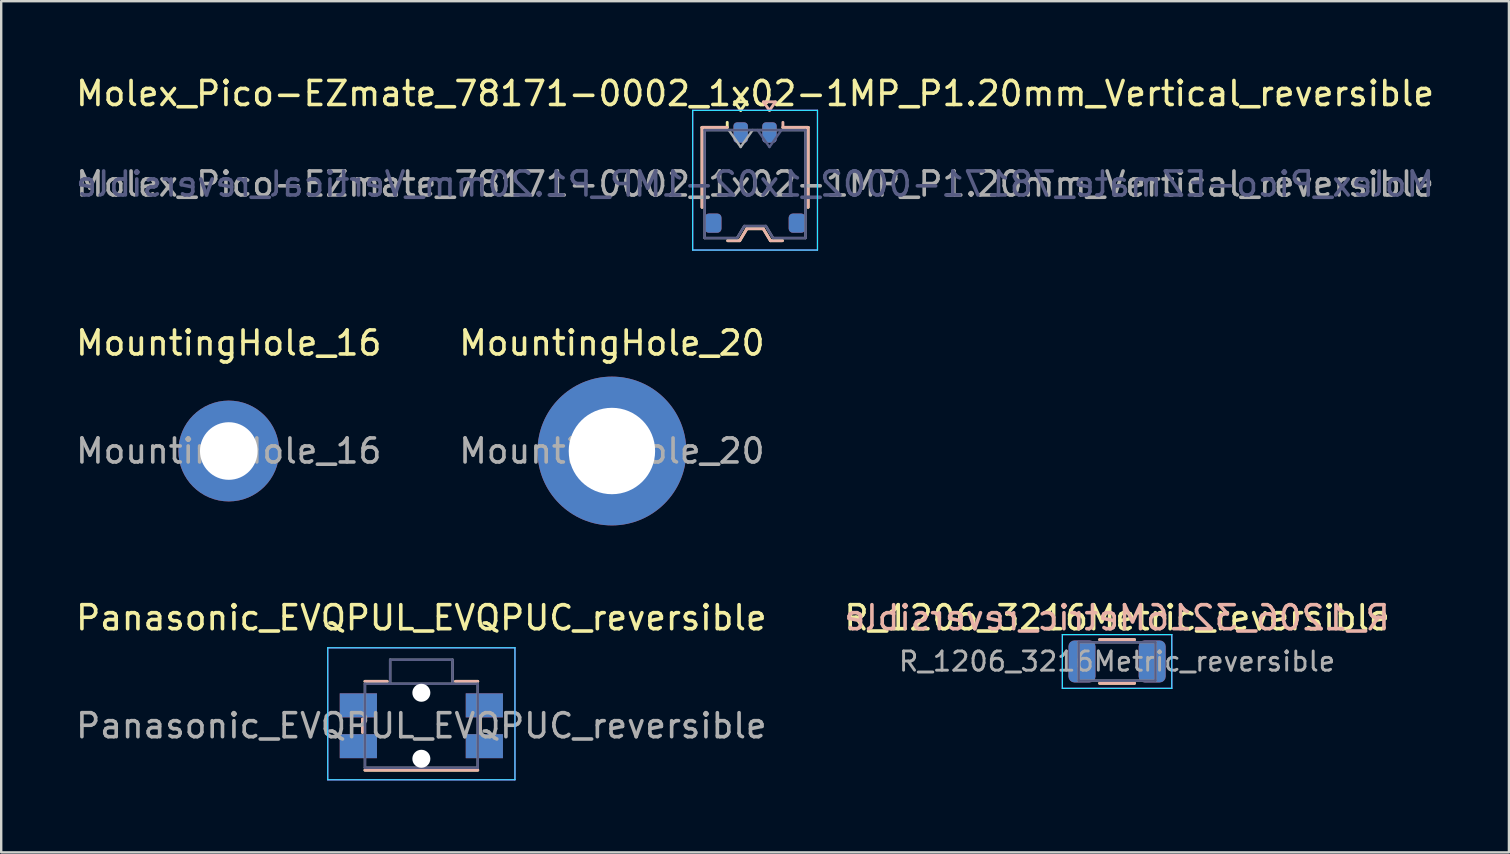
<source format=kicad_pcb>
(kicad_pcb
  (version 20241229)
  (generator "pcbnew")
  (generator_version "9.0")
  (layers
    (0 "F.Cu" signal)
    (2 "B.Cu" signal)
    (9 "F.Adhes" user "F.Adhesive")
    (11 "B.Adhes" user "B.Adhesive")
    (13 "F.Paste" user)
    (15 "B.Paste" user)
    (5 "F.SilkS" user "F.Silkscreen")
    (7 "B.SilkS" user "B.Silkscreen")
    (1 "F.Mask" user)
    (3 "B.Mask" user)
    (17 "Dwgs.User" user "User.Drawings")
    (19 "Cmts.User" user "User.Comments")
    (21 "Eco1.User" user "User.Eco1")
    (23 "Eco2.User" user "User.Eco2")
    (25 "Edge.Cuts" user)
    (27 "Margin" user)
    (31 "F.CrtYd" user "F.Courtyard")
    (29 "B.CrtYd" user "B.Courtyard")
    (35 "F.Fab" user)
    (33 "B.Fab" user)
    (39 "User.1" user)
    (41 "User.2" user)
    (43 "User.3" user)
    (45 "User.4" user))
  (footprint "Panasonic_EVQPUL_EVQPUC_reversible"
    (layer "F.Cu")
    (at 14.506 27.19)
    (property "Reference" "Panasonic_EVQPUL_EVQPUC_reversible" (at 0 -4.5 0) (layer "F.SilkS") (effects (font (size 1 1) (thickness 0.15))))
    (attr smd)
    (fp_line (start -2.45 0.275) (end -2.45 -0.275) (stroke (width 0.12) (type solid)) (layer "F.SilkS"))
    (fp_line (start -1.425 -1.85) (end -2.35 -1.85) (stroke (width 0.12) (type solid)) (layer "F.SilkS"))
    (fp_line (start 2.35 -1.85) (end 1.425 -1.85) (stroke (width 0.12) (type solid)) (layer "F.SilkS"))
    (fp_line (start 2.35 1.85) (end -2.35 1.85) (stroke (width 0.12) (type solid)) (layer "F.SilkS"))
    (fp_line (start 2.45 0.275) (end 2.45 -0.275) (stroke (width 0.12) (type solid)) (layer "F.SilkS"))
    (fp_line (start -2.45 -0.275) (end -2.45 0.275) (stroke (width 0.12) (type solid)) (layer "B.SilkS"))
    (fp_line (start -1.425 -1.85) (end -2.35 -1.85) (stroke (width 0.12) (type solid)) (layer "B.SilkS"))
    (fp_line (start 2.35 -1.85) (end 1.425 -1.85) (stroke (width 0.12) (type solid)) (layer "B.SilkS"))
    (fp_line (start 2.35 1.85) (end -2.35 1.85) (stroke (width 0.12) (type solid)) (layer "B.SilkS"))
    (fp_line (start 2.45 -0.275) (end 2.45 0.275) (stroke (width 0.12) (type solid)) (layer "B.SilkS"))
    (fp_line (start -3.9 -3.25) (end -3.9 2.25) (stroke (width 0.05) (type solid)) (layer "B.CrtYd"))
    (fp_line (start 3.9 -3.25) (end -3.9 -3.25) (stroke (width 0.05) (type solid)) (layer "B.CrtYd"))
    (fp_line (start 3.9 -3.25) (end 3.9 2.25) (stroke (width 0.05) (type solid)) (layer "B.CrtYd"))
    (fp_line (start 3.9 2.25) (end -3.9 2.25) (stroke (width 0.05) (type solid)) (layer "B.CrtYd"))
    (fp_line (start -3.9 2.25) (end -3.9 -3.25) (stroke (width 0.05) (type solid)) (layer "F.CrtYd"))
    (fp_line (start 3.9 -3.25) (end -3.9 -3.25) (stroke (width 0.05) (type solid)) (layer "F.CrtYd"))
    (fp_line (start 3.9 2.25) (end -3.9 2.25) (stroke (width 0.05) (type solid)) (layer "F.CrtYd"))
    (fp_line (start 3.9 2.25) (end 3.9 -3.25) (stroke (width 0.05) (type solid)) (layer "F.CrtYd"))
    (fp_line (start -2.35 -1.75) (end -2.35 1.75) (stroke (width 0.1) (type solid)) (layer "B.Fab"))
    (fp_line (start -1.3 -1.75) (end -1.3 -2.75) (stroke (width 0.1) (type solid)) (layer "B.Fab"))
    (fp_line (start 1.3 -2.75) (end -1.3 -2.75) (stroke (width 0.1) (type solid)) (layer "B.Fab"))
    (fp_line (start 1.3 -1.75) (end 1.3 -2.75) (stroke (width 0.1) (type solid)) (layer "B.Fab"))
    (fp_line (start 2.35 -1.75) (end -2.35 -1.75) (stroke (width 0.1) (type solid)) (layer "B.Fab"))
    (fp_line (start 2.35 -1.75) (end 2.35 1.75) (stroke (width 0.1) (type solid)) (layer "B.Fab"))
    (fp_line (start 2.35 1.75) (end -2.35 1.75) (stroke (width 0.1) (type solid)) (layer "B.Fab"))
    (fp_line (start -2.35 1.75) (end -2.35 -1.75) (stroke (width 0.1) (type solid)) (layer "F.Fab"))
    (fp_line (start -1.3 -2.75) (end -1.3 -1.75) (stroke (width 0.1) (type solid)) (layer "F.Fab"))
    (fp_line (start 1.3 -2.75) (end -1.3 -2.75) (stroke (width 0.1) (type solid)) (layer "F.Fab"))
    (fp_line (start 1.3 -2.75) (end 1.3 -1.75) (stroke (width 0.1) (type solid)) (layer "F.Fab"))
    (fp_line (start 2.35 -1.75) (end -2.35 -1.75) (stroke (width 0.1) (type solid)) (layer "F.Fab"))
    (fp_line (start 2.35 1.75) (end -2.35 1.75) (stroke (width 0.1) (type solid)) (layer "F.Fab"))
    (fp_line (start 2.35 1.75) (end 2.35 -1.75) (stroke (width 0.1) (type solid)) (layer "F.Fab"))
    (fp_text user "${REFERENCE}" (at 0 0 0) (layer "F.Fab") (effects (font (size 1 1) (thickness 0.15))))
    (pad "" np_thru_hole circle (at 0 -1.375 180) (size 0.75 0.75) (drill 0.75) (layers "*.Cu" "*.Mask"))
    (pad "" np_thru_hole circle (at 0 1.375 180) (size 0.75 0.75) (drill 0.75) (layers "*.Cu" "*.Mask"))
    (pad "1" smd rect (at -2.625 -0.85 180) (size 1.55 1) (layers "F.Cu" "F.Mask" "F.Paste"))
    (pad "1" smd rect (at -2.625 -0.85 180) (size 1.55 1) (layers "B.Cu" "B.Mask" "B.Paste"))
    (pad "1" smd rect (at 2.625 -0.85 180) (size 1.55 1) (layers "F.Cu" "F.Mask" "F.Paste"))
    (pad "1" smd rect (at 2.625 -0.85 180) (size 1.55 1) (layers "B.Cu" "B.Mask" "B.Paste"))
    (pad "2" smd rect (at -2.625 0.85 180) (size 1.55 1) (layers "F.Cu" "F.Mask" "F.Paste"))
    (pad "2" smd rect (at -2.625 0.85 180) (size 1.55 1) (layers "B.Cu" "B.Mask" "B.Paste"))
    (pad "2" smd rect (at 2.625 0.85 180) (size 1.55 1) (layers "F.Cu" "F.Mask" "F.Paste"))
    (pad "2" smd rect (at 2.625 0.85 180) (size 1.55 1) (layers "B.Cu" "B.Mask" "B.Paste")))
  (footprint "MountingHole_16"
    (layer "F.Cu")
    (at 6.482 15.742)
    (property "Reference" "MountingHole_16" (at 0 -4.5 0) (layer "F.SilkS") (effects (font (size 1 1) (thickness 0.15))))
    (attr exclude_from_pos_files exclude_from_bom)
    (fp_text user "${REFERENCE}" (at 0 0 0) (layer "F.Fab") (effects (font (size 1 1) (thickness 0.15))))
    (pad "1" thru_hole circle (at 0 0) (size 4.2 4.2) (drill 2.4) (layers "*.Cu" "*.Mask")))
  (footprint "MountingHole_20"
    (layer "F.Cu")
    (at 22.446 15.742)
    (property "Reference" "MountingHole_20" (at 0 -4.5 0) (layer "F.SilkS") (effects (font (size 1 1) (thickness 0.15))))
    (attr exclude_from_pos_files exclude_from_bom)
    (fp_text user "${REFERENCE}" (at 0 0 0) (layer "F.Fab") (effects (font (size 1 1) (thickness 0.15))))
    (pad "1" thru_hole circle (at 0 0) (size 6.2 6.2) (drill 3.6) (layers "*.Cu" "*.Mask")))
  (footprint "R_1206_3216Metric_reversible"
    (layer "F.Cu")
    (at 43.494 24.51)
    (property "Reference" "R_1206_3216Metric_reversible" (at 0 -1.82 0) (layer "F.SilkS") (effects (font (size 1 1) (thickness 0.15))))
    (attr smd)
    (fp_line (start -0.727 -0.91) (end 0.727 -0.91) (stroke (width 0.12) (type solid)) (layer "F.SilkS"))
    (fp_line (start -0.727 0.91) (end 0.727 0.91) (stroke (width 0.12) (type solid)) (layer "F.SilkS"))
    (fp_line (start 0.727 -0.91) (end -0.727 -0.91) (stroke (width 0.12) (type solid)) (layer "B.SilkS"))
    (fp_line (start 0.727 0.91) (end -0.727 0.91) (stroke (width 0.12) (type solid)) (layer "B.SilkS"))
    (fp_line (start -2.28 -1.12) (end 2.28 -1.12) (stroke (width 0.05) (type solid)) (layer "B.CrtYd"))
    (fp_line (start -2.28 1.12) (end -2.28 -1.12) (stroke (width 0.05) (type solid)) (layer "B.CrtYd"))
    (fp_line (start 2.28 -1.12) (end 2.28 1.12) (stroke (width 0.05) (type solid)) (layer "B.CrtYd"))
    (fp_line (start 2.28 1.12) (end -2.28 1.12) (stroke (width 0.05) (type solid)) (layer "B.CrtYd"))
    (fp_line (start -2.28 -1.12) (end 2.28 -1.12) (stroke (width 0.05) (type solid)) (layer "F.CrtYd"))
    (fp_line (start -2.28 1.12) (end -2.28 -1.12) (stroke (width 0.05) (type solid)) (layer "F.CrtYd"))
    (fp_line (start 2.28 -1.12) (end 2.28 1.12) (stroke (width 0.05) (type solid)) (layer "F.CrtYd"))
    (fp_line (start 2.28 1.12) (end -2.28 1.12) (stroke (width 0.05) (type solid)) (layer "F.CrtYd"))
    (fp_line (start -1.6 -0.8) (end 1.6 -0.8) (stroke (width 0.1) (type solid)) (layer "B.Fab"))
    (fp_line (start -1.6 0.8) (end -1.6 -0.8) (stroke (width 0.1) (type solid)) (layer "B.Fab"))
    (fp_line (start 1.6 -0.8) (end 1.6 0.8) (stroke (width 0.1) (type solid)) (layer "B.Fab"))
    (fp_line (start 1.6 0.8) (end -1.6 0.8) (stroke (width 0.1) (type solid)) (layer "B.Fab"))
    (fp_line (start -1.6 -0.8) (end 1.6 -0.8) (stroke (width 0.1) (type solid)) (layer "F.Fab"))
    (fp_line (start -1.6 0.8) (end -1.6 -0.8) (stroke (width 0.1) (type solid)) (layer "F.Fab"))
    (fp_line (start 1.6 -0.8) (end 1.6 0.8) (stroke (width 0.1) (type solid)) (layer "F.Fab"))
    (fp_line (start 1.6 0.8) (end -1.6 0.8) (stroke (width 0.1) (type solid)) (layer "F.Fab"))
    (fp_text user "${REFERENCE}" (at 0 -1.82 0) (layer "B.SilkS") (effects (font (size 1 1) (thickness 0.15)) (justify mirror)))
    (fp_text user "${REFERENCE}" (at 0 0 0) (layer "F.Fab") (effects (font (size 0.8 0.8) (thickness 0.12))))
    (pad "1" smd roundrect (at -1.462 0) (size 1.125 1.75) (layers "F.Cu" "F.Mask" "F.Paste") (roundrect_rratio 0.222))
    (pad "1" smd roundrect (at -1.462 0 180) (size 1.125 1.75) (layers "B.Cu" "B.Mask" "B.Paste") (roundrect_rratio 0.222))
    (pad "2" smd roundrect (at 1.462 0) (size 1.125 1.75) (layers "F.Cu" "F.Mask" "F.Paste") (roundrect_rratio 0.222))
    (pad "2" smd roundrect (at 1.462 0 180) (size 1.125 1.75) (layers "B.Cu" "B.Mask" "B.Paste") (roundrect_rratio 0.222)))
  (footprint "Molex_Pico-EZmate_78171-0002_1x02-1MP_P1.20mm_Vertical_reversible"
    (layer "F.Cu")
    (at 28.411 4.348)
    (property "Reference" "Molex_Pico-EZmate_78171-0002_1x02-1MP_P1.20mm_Vertical_reversible" (at 0 -3.5 0) (layer "F.SilkS") (effects (font (size 1 1) (thickness 0.15))))
    (attr smd)
    (fp_line (start -2.21 -2.09) (end -1.16 -2.09) (stroke (width 0.12) (type solid)) (layer "F.SilkS"))
    (fp_line (start -2.21 1.24) (end -2.21 -2.09) (stroke (width 0.12) (type solid)) (layer "F.SilkS"))
    (fp_line (start -1.16 -2.09) (end -1.16 -2.3) (stroke (width 0.12) (type solid)) (layer "F.SilkS"))
    (fp_line (start -1.14 2.63) (end -0.64 2.63) (stroke (width 0.12) (type solid)) (layer "F.SilkS"))
    (fp_line (start -0.85 -3.154) (end -0.6 -2.8) (stroke (width 0.12) (type solid)) (layer "F.SilkS"))
    (fp_line (start -0.64 2.63) (end -0.34 2.13) (stroke (width 0.12) (type solid)) (layer "F.SilkS"))
    (fp_line (start -0.6 -2.8) (end -0.35 -3.154) (stroke (width 0.12) (type solid)) (layer "F.SilkS"))
    (fp_line (start -0.35 -3.154) (end -0.85 -3.154) (stroke (width 0.12) (type solid)) (layer "F.SilkS"))
    (fp_line (start -0.34 2.13) (end 0.34 2.13) (stroke (width 0.12) (type solid)) (layer "F.SilkS"))
    (fp_line (start 0.34 2.13) (end 0.64 2.63) (stroke (width 0.12) (type solid)) (layer "F.SilkS"))
    (fp_line (start 0.64 2.63) (end 1.14 2.63) (stroke (width 0.12) (type solid)) (layer "F.SilkS"))
    (fp_line (start 2.21 -2.09) (end 1.16 -2.09) (stroke (width 0.12) (type solid)) (layer "F.SilkS"))
    (fp_line (start 2.21 1.24) (end 2.21 -2.09) (stroke (width 0.12) (type solid)) (layer "F.SilkS"))
    (fp_line (start -2.21 -2.09) (end -2.21 1.24) (stroke (width 0.12) (type solid)) (layer "B.SilkS"))
    (fp_line (start -1.16 -2.09) (end -2.21 -2.09) (stroke (width 0.12) (type solid)) (layer "B.SilkS"))
    (fp_line (start -1.14 2.63) (end -0.64 2.63) (stroke (width 0.12) (type solid)) (layer "B.SilkS"))
    (fp_line (start -0.64 2.63) (end -0.34 2.13) (stroke (width 0.12) (type solid)) (layer "B.SilkS"))
    (fp_line (start -0.34 2.13) (end 0.34 2.13) (stroke (width 0.12) (type solid)) (layer "B.SilkS"))
    (fp_line (start 0.34 2.13) (end 0.64 2.63) (stroke (width 0.12) (type solid)) (layer "B.SilkS"))
    (fp_line (start 0.35 -3.154) (end 0.6 -2.8) (stroke (width 0.12) (type solid)) (layer "B.SilkS"))
    (fp_line (start 0.6 -2.8) (end 0.85 -3.154) (stroke (width 0.12) (type solid)) (layer "B.SilkS"))
    (fp_line (start 0.64 2.63) (end 1.14 2.63) (stroke (width 0.12) (type solid)) (layer "B.SilkS"))
    (fp_line (start 0.85 -3.154) (end 0.35 -3.154) (stroke (width 0.12) (type solid)) (layer "B.SilkS"))
    (fp_line (start 1.16 -2.3) (end 1.16 -2.09) (stroke (width 0.12) (type solid)) (layer "B.SilkS"))
    (fp_line (start 1.16 -2.09) (end 2.21 -2.09) (stroke (width 0.12) (type solid)) (layer "B.SilkS"))
    (fp_line (start 2.21 -2.09) (end 2.21 1.24) (stroke (width 0.12) (type solid)) (layer "B.SilkS"))
    (fp_line (start -2.6 -2.8) (end -2.6 3.02) (stroke (width 0.05) (type solid)) (layer "B.CrtYd"))
    (fp_line (start -2.6 3.02) (end 2.6 3.02) (stroke (width 0.05) (type solid)) (layer "B.CrtYd"))
    (fp_line (start 2.6 -2.8) (end -2.6 -2.8) (stroke (width 0.05) (type solid)) (layer "B.CrtYd"))
    (fp_line (start 2.6 3.02) (end 2.6 -2.8) (stroke (width 0.05) (type solid)) (layer "B.CrtYd"))
    (fp_line (start -2.6 -2.8) (end -2.6 3.02) (stroke (width 0.05) (type solid)) (layer "F.CrtYd"))
    (fp_line (start -2.6 3.02) (end 2.6 3.02) (stroke (width 0.05) (type solid)) (layer "F.CrtYd"))
    (fp_line (start 2.6 -2.8) (end -2.6 -2.8) (stroke (width 0.05) (type solid)) (layer "F.CrtYd"))
    (fp_line (start 2.6 3.02) (end 2.6 -2.8) (stroke (width 0.05) (type solid)) (layer "F.CrtYd"))
    (fp_line (start -2.1 -1.98) (end 2.1 -1.98) (stroke (width 0.1) (type solid)) (layer "B.Fab"))
    (fp_line (start -2.1 2.52) (end -2.1 -1.98) (stroke (width 0.1) (type solid)) (layer "B.Fab"))
    (fp_line (start -2.1 2.52) (end -0.75 2.52) (stroke (width 0.1) (type solid)) (layer "B.Fab"))
    (fp_line (start -0.75 2.52) (end -0.45 2.02) (stroke (width 0.1) (type solid)) (layer "B.Fab"))
    (fp_line (start -0.45 2.02) (end 0.45 2.02) (stroke (width 0.1) (type solid)) (layer "B.Fab"))
    (fp_line (start 0.1 -1.98) (end 0.6 -1.273) (stroke (width 0.1) (type solid)) (layer "B.Fab"))
    (fp_line (start 0.45 2.02) (end 0.75 2.52) (stroke (width 0.1) (type solid)) (layer "B.Fab"))
    (fp_line (start 0.6 -1.273) (end 1.1 -1.98) (stroke (width 0.1) (type solid)) (layer "B.Fab"))
    (fp_line (start 0.75 2.52) (end 2.1 2.52) (stroke (width 0.1) (type solid)) (layer "B.Fab"))
    (fp_line (start 2.1 2.52) (end 2.1 -1.98) (stroke (width 0.1) (type solid)) (layer "B.Fab"))
    (fp_line (start -2.1 -1.98) (end -2.1 2.52) (stroke (width 0.1) (type solid)) (layer "F.Fab"))
    (fp_line (start -2.1 -1.98) (end 2.1 -1.98) (stroke (width 0.1) (type solid)) (layer "F.Fab"))
    (fp_line (start -2.1 2.52) (end -0.75 2.52) (stroke (width 0.1) (type solid)) (layer "F.Fab"))
    (fp_line (start -1.1 -1.98) (end -0.6 -1.273) (stroke (width 0.1) (type solid)) (layer "F.Fab"))
    (fp_line (start -0.75 2.52) (end -0.45 2.02) (stroke (width 0.1) (type solid)) (layer "F.Fab"))
    (fp_line (start -0.6 -1.273) (end -0.1 -1.98) (stroke (width 0.1) (type solid)) (layer "F.Fab"))
    (fp_line (start -0.45 2.02) (end 0.45 2.02) (stroke (width 0.1) (type solid)) (layer "F.Fab"))
    (fp_line (start 0.45 2.02) (end 0.75 2.52) (stroke (width 0.1) (type solid)) (layer "F.Fab"))
    (fp_line (start 0.75 2.52) (end 2.1 2.52) (stroke (width 0.1) (type solid)) (layer "F.Fab"))
    (fp_line (start 2.1 -1.98) (end 2.1 2.52) (stroke (width 0.1) (type solid)) (layer "F.Fab"))
    (fp_text user "${REFERENCE}" (at 0 0.27 0) (layer "B.Fab") (effects (font (size 1 1) (thickness 0.15)) (justify mirror)))
    (fp_text user "${REFERENCE}" (at 0 0.27 0) (layer "F.Fab") (effects (font (size 1 1) (thickness 0.15))))
    (pad "1" smd roundrect (at -0.6 -1.875) (size 0.6 0.85) (layers "F.Cu" "F.Mask" "F.Paste") (roundrect_rratio 0.25))
    (pad "1" smd roundrect (at 0.6 -1.875) (size 0.6 0.85) (layers "B.Cu" "B.Mask" "B.Paste") (roundrect_rratio 0.25))
    (pad "2" smd roundrect (at -0.6 -1.875) (size 0.6 0.85) (layers "B.Cu" "B.Mask" "B.Paste") (roundrect_rratio 0.25))
    (pad "2" smd roundrect (at 0.6 -1.875) (size 0.6 0.85) (layers "F.Cu" "F.Mask" "F.Paste") (roundrect_rratio 0.25))
    (pad "MP" smd roundrect (at -1.75 1.9) (size 0.7 0.8) (layers "F.Cu" "F.Mask" "F.Paste") (roundrect_rratio 0.25))
    (pad "MP" smd roundrect (at -1.75 1.9) (size 0.7 0.8) (layers "B.Cu" "B.Mask" "B.Paste") (roundrect_rratio 0.25))
    (pad "MP" smd roundrect (at 1.75 1.9) (size 0.7 0.8) (layers "F.Cu" "F.Mask" "F.Paste") (roundrect_rratio 0.25))
    (pad "MP" smd roundrect (at 1.75 1.9) (size 0.7 0.8) (layers "B.Cu" "B.Mask" "B.Paste") (roundrect_rratio 0.25)))
  (gr_rect
    (start -3 -3)
    (end 59.821 32.465)
    (stroke (width 0.1) (type default))
    (fill no)
    (layer "Edge.Cuts")))
</source>
